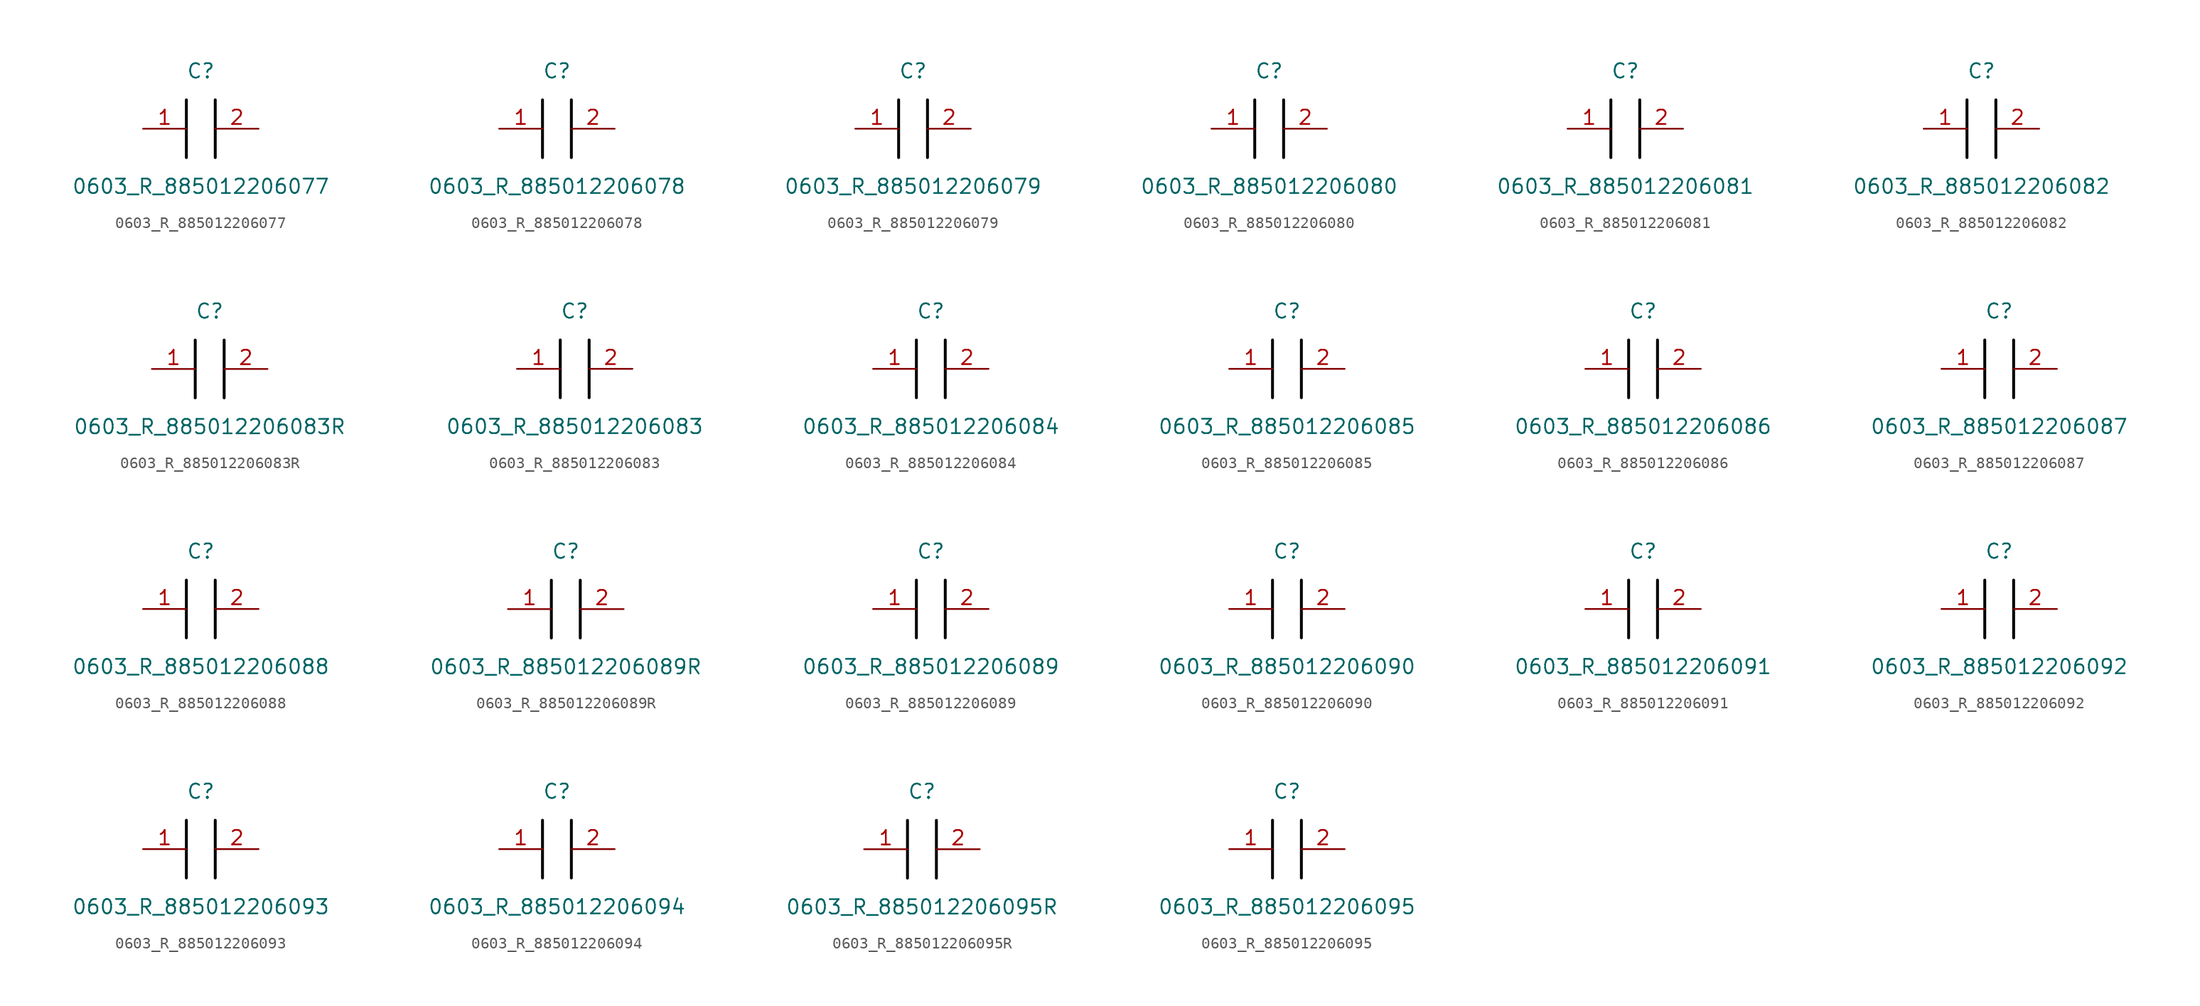
<source format=kicad_sym>
(kicad_symbol_lib
  (version 20220914)
  (generator kicad_symbol_editor)
  (symbol "0603_R_885012206077"
    (pin_names hide)
    (property "Reference" "C"
      (at 0 5.08 0)
      (effects (font (size 1.27 1.27))))
    (property "Value" "0603_R_885012206077"
      (at 0 -5.08 0)
      (effects (font (size 1.27 1.27))))
    (symbol "0603_R_885012206077_1_1"
      (polyline (pts (xy -1.27 2.54) (xy -1.27 -2.54)) (stroke (width 0.254) (type default) (color 0 0 0 1)) (fill (type none)))
      (polyline (pts (xy 1.27 2.54) (xy 1.27 -2.54)) (stroke (width 0.254) (type default) (color 0 0 0 1)) (fill (type none)))
      (pin passive line (at -5.08 0 0) (length 3.81) (name "1" (effects (font (size 1.27 1.27)))) (number "1" (effects (font (size 1.27 1.27)))))
      (pin passive line (at 5.08 0 180) (length 3.81) (name "2" (effects (font (size 1.27 1.27)))) (number "2" (effects (font (size 1.27 1.27)))))))
  (symbol "0603_R_885012206078"
    (pin_names hide)
    (property "Reference" "C"
      (at 0 5.08 0)
      (effects (font (size 1.27 1.27))))
    (property "Value" "0603_R_885012206078"
      (at 0 -5.08 0)
      (effects (font (size 1.27 1.27))))
    (symbol "0603_R_885012206078_1_1"
      (polyline (pts (xy -1.27 2.54) (xy -1.27 -2.54)) (stroke (width 0.254) (type default) (color 0 0 0 1)) (fill (type none)))
      (polyline (pts (xy 1.27 2.54) (xy 1.27 -2.54)) (stroke (width 0.254) (type default) (color 0 0 0 1)) (fill (type none)))
      (pin passive line (at -5.08 0 0) (length 3.81) (name "1" (effects (font (size 1.27 1.27)))) (number "1" (effects (font (size 1.27 1.27)))))
      (pin passive line (at 5.08 0 180) (length 3.81) (name "2" (effects (font (size 1.27 1.27)))) (number "2" (effects (font (size 1.27 1.27)))))))
  (symbol "0603_R_885012206079"
    (pin_names hide)
    (property "Reference" "C"
      (at 0 5.08 0)
      (effects (font (size 1.27 1.27))))
    (property "Value" "0603_R_885012206079"
      (at 0 -5.08 0)
      (effects (font (size 1.27 1.27))))
    (symbol "0603_R_885012206079_1_1"
      (polyline (pts (xy -1.27 2.54) (xy -1.27 -2.54)) (stroke (width 0.254) (type default) (color 0 0 0 1)) (fill (type none)))
      (polyline (pts (xy 1.27 2.54) (xy 1.27 -2.54)) (stroke (width 0.254) (type default) (color 0 0 0 1)) (fill (type none)))
      (pin passive line (at -5.08 0 0) (length 3.81) (name "1" (effects (font (size 1.27 1.27)))) (number "1" (effects (font (size 1.27 1.27)))))
      (pin passive line (at 5.08 0 180) (length 3.81) (name "2" (effects (font (size 1.27 1.27)))) (number "2" (effects (font (size 1.27 1.27)))))))
  (symbol "0603_R_885012206080"
    (pin_names hide)
    (property "Reference" "C"
      (at 0 5.08 0)
      (effects (font (size 1.27 1.27))))
    (property "Value" "0603_R_885012206080"
      (at 0 -5.08 0)
      (effects (font (size 1.27 1.27))))
    (symbol "0603_R_885012206080_1_1"
      (polyline (pts (xy -1.27 2.54) (xy -1.27 -2.54)) (stroke (width 0.254) (type default) (color 0 0 0 1)) (fill (type none)))
      (polyline (pts (xy 1.27 2.54) (xy 1.27 -2.54)) (stroke (width 0.254) (type default) (color 0 0 0 1)) (fill (type none)))
      (pin passive line (at -5.08 0 0) (length 3.81) (name "1" (effects (font (size 1.27 1.27)))) (number "1" (effects (font (size 1.27 1.27)))))
      (pin passive line (at 5.08 0 180) (length 3.81) (name "2" (effects (font (size 1.27 1.27)))) (number "2" (effects (font (size 1.27 1.27)))))))
  (symbol "0603_R_885012206081"
    (pin_names hide)
    (property "Reference" "C"
      (at 0 5.08 0)
      (effects (font (size 1.27 1.27))))
    (property "Value" "0603_R_885012206081"
      (at 0 -5.08 0)
      (effects (font (size 1.27 1.27))))
    (symbol "0603_R_885012206081_1_1"
      (polyline (pts (xy -1.27 2.54) (xy -1.27 -2.54)) (stroke (width 0.254) (type default) (color 0 0 0 1)) (fill (type none)))
      (polyline (pts (xy 1.27 2.54) (xy 1.27 -2.54)) (stroke (width 0.254) (type default) (color 0 0 0 1)) (fill (type none)))
      (pin passive line (at -5.08 0 0) (length 3.81) (name "1" (effects (font (size 1.27 1.27)))) (number "1" (effects (font (size 1.27 1.27)))))
      (pin passive line (at 5.08 0 180) (length 3.81) (name "2" (effects (font (size 1.27 1.27)))) (number "2" (effects (font (size 1.27 1.27)))))))
  (symbol "0603_R_885012206082"
    (pin_names hide)
    (property "Reference" "C"
      (at 0 5.08 0)
      (effects (font (size 1.27 1.27))))
    (property "Value" "0603_R_885012206082"
      (at 0 -5.08 0)
      (effects (font (size 1.27 1.27))))
    (symbol "0603_R_885012206082_1_1"
      (polyline (pts (xy -1.27 2.54) (xy -1.27 -2.54)) (stroke (width 0.254) (type default) (color 0 0 0 1)) (fill (type none)))
      (polyline (pts (xy 1.27 2.54) (xy 1.27 -2.54)) (stroke (width 0.254) (type default) (color 0 0 0 1)) (fill (type none)))
      (pin passive line (at -5.08 0 0) (length 3.81) (name "1" (effects (font (size 1.27 1.27)))) (number "1" (effects (font (size 1.27 1.27)))))
      (pin passive line (at 5.08 0 180) (length 3.81) (name "2" (effects (font (size 1.27 1.27)))) (number "2" (effects (font (size 1.27 1.27)))))))
  (symbol "0603_R_885012206083R"
    (pin_names hide)
    (property "Reference" "C"
      (at 0 5.08 0)
      (effects (font (size 1.27 1.27))))
    (property "Value" "0603_R_885012206083R"
      (at 0 -5.08 0)
      (effects (font (size 1.27 1.27))))
    (symbol "0603_R_885012206083R_1_1"
      (polyline (pts (xy -1.27 2.54) (xy -1.27 -2.54)) (stroke (width 0.254) (type default) (color 0 0 0 1)) (fill (type none)))
      (polyline (pts (xy 1.27 2.54) (xy 1.27 -2.54)) (stroke (width 0.254) (type default) (color 0 0 0 1)) (fill (type none)))
      (pin passive line (at -5.08 0 0) (length 3.81) (name "1" (effects (font (size 1.27 1.27)))) (number "1" (effects (font (size 1.27 1.27)))))
      (pin passive line (at 5.08 0 180) (length 3.81) (name "2" (effects (font (size 1.27 1.27)))) (number "2" (effects (font (size 1.27 1.27)))))))
  (symbol "0603_R_885012206083"
    (pin_names hide)
    (property "Reference" "C"
      (at 0 5.08 0)
      (effects (font (size 1.27 1.27))))
    (property "Value" "0603_R_885012206083"
      (at 0 -5.08 0)
      (effects (font (size 1.27 1.27))))
    (symbol "0603_R_885012206083_1_1"
      (polyline (pts (xy -1.27 2.54) (xy -1.27 -2.54)) (stroke (width 0.254) (type default) (color 0 0 0 1)) (fill (type none)))
      (polyline (pts (xy 1.27 2.54) (xy 1.27 -2.54)) (stroke (width 0.254) (type default) (color 0 0 0 1)) (fill (type none)))
      (pin passive line (at -5.08 0 0) (length 3.81) (name "1" (effects (font (size 1.27 1.27)))) (number "1" (effects (font (size 1.27 1.27)))))
      (pin passive line (at 5.08 0 180) (length 3.81) (name "2" (effects (font (size 1.27 1.27)))) (number "2" (effects (font (size 1.27 1.27)))))))
  (symbol "0603_R_885012206084"
    (pin_names hide)
    (property "Reference" "C"
      (at 0 5.08 0)
      (effects (font (size 1.27 1.27))))
    (property "Value" "0603_R_885012206084"
      (at 0 -5.08 0)
      (effects (font (size 1.27 1.27))))
    (symbol "0603_R_885012206084_1_1"
      (polyline (pts (xy -1.27 2.54) (xy -1.27 -2.54)) (stroke (width 0.254) (type default) (color 0 0 0 1)) (fill (type none)))
      (polyline (pts (xy 1.27 2.54) (xy 1.27 -2.54)) (stroke (width 0.254) (type default) (color 0 0 0 1)) (fill (type none)))
      (pin passive line (at -5.08 0 0) (length 3.81) (name "1" (effects (font (size 1.27 1.27)))) (number "1" (effects (font (size 1.27 1.27)))))
      (pin passive line (at 5.08 0 180) (length 3.81) (name "2" (effects (font (size 1.27 1.27)))) (number "2" (effects (font (size 1.27 1.27)))))))
  (symbol "0603_R_885012206085"
    (pin_names hide)
    (property "Reference" "C"
      (at 0 5.08 0)
      (effects (font (size 1.27 1.27))))
    (property "Value" "0603_R_885012206085"
      (at 0 -5.08 0)
      (effects (font (size 1.27 1.27))))
    (symbol "0603_R_885012206085_1_1"
      (polyline (pts (xy -1.27 2.54) (xy -1.27 -2.54)) (stroke (width 0.254) (type default) (color 0 0 0 1)) (fill (type none)))
      (polyline (pts (xy 1.27 2.54) (xy 1.27 -2.54)) (stroke (width 0.254) (type default) (color 0 0 0 1)) (fill (type none)))
      (pin passive line (at -5.08 0 0) (length 3.81) (name "1" (effects (font (size 1.27 1.27)))) (number "1" (effects (font (size 1.27 1.27)))))
      (pin passive line (at 5.08 0 180) (length 3.81) (name "2" (effects (font (size 1.27 1.27)))) (number "2" (effects (font (size 1.27 1.27)))))))
  (symbol "0603_R_885012206086"
    (pin_names hide)
    (property "Reference" "C"
      (at 0 5.08 0)
      (effects (font (size 1.27 1.27))))
    (property "Value" "0603_R_885012206086"
      (at 0 -5.08 0)
      (effects (font (size 1.27 1.27))))
    (symbol "0603_R_885012206086_1_1"
      (polyline (pts (xy -1.27 2.54) (xy -1.27 -2.54)) (stroke (width 0.254) (type default) (color 0 0 0 1)) (fill (type none)))
      (polyline (pts (xy 1.27 2.54) (xy 1.27 -2.54)) (stroke (width 0.254) (type default) (color 0 0 0 1)) (fill (type none)))
      (pin passive line (at -5.08 0 0) (length 3.81) (name "1" (effects (font (size 1.27 1.27)))) (number "1" (effects (font (size 1.27 1.27)))))
      (pin passive line (at 5.08 0 180) (length 3.81) (name "2" (effects (font (size 1.27 1.27)))) (number "2" (effects (font (size 1.27 1.27)))))))
  (symbol "0603_R_885012206087"
    (pin_names hide)
    (property "Reference" "C"
      (at 0 5.08 0)
      (effects (font (size 1.27 1.27))))
    (property "Value" "0603_R_885012206087"
      (at 0 -5.08 0)
      (effects (font (size 1.27 1.27))))
    (symbol "0603_R_885012206087_1_1"
      (polyline (pts (xy -1.27 2.54) (xy -1.27 -2.54)) (stroke (width 0.254) (type default) (color 0 0 0 1)) (fill (type none)))
      (polyline (pts (xy 1.27 2.54) (xy 1.27 -2.54)) (stroke (width 0.254) (type default) (color 0 0 0 1)) (fill (type none)))
      (pin passive line (at -5.08 0 0) (length 3.81) (name "1" (effects (font (size 1.27 1.27)))) (number "1" (effects (font (size 1.27 1.27)))))
      (pin passive line (at 5.08 0 180) (length 3.81) (name "2" (effects (font (size 1.27 1.27)))) (number "2" (effects (font (size 1.27 1.27)))))))
  (symbol "0603_R_885012206088"
    (pin_names hide)
    (property "Reference" "C"
      (at 0 5.08 0)
      (effects (font (size 1.27 1.27))))
    (property "Value" "0603_R_885012206088"
      (at 0 -5.08 0)
      (effects (font (size 1.27 1.27))))
    (symbol "0603_R_885012206088_1_1"
      (polyline (pts (xy -1.27 2.54) (xy -1.27 -2.54)) (stroke (width 0.254) (type default) (color 0 0 0 1)) (fill (type none)))
      (polyline (pts (xy 1.27 2.54) (xy 1.27 -2.54)) (stroke (width 0.254) (type default) (color 0 0 0 1)) (fill (type none)))
      (pin passive line (at -5.08 0 0) (length 3.81) (name "1" (effects (font (size 1.27 1.27)))) (number "1" (effects (font (size 1.27 1.27)))))
      (pin passive line (at 5.08 0 180) (length 3.81) (name "2" (effects (font (size 1.27 1.27)))) (number "2" (effects (font (size 1.27 1.27)))))))
  (symbol "0603_R_885012206089R"
    (pin_names hide)
    (property "Reference" "C"
      (at 0 5.08 0)
      (effects (font (size 1.27 1.27))))
    (property "Value" "0603_R_885012206089R"
      (at 0 -5.08 0)
      (effects (font (size 1.27 1.27))))
    (symbol "0603_R_885012206089R_1_1"
      (polyline (pts (xy -1.27 2.54) (xy -1.27 -2.54)) (stroke (width 0.254) (type default) (color 0 0 0 1)) (fill (type none)))
      (polyline (pts (xy 1.27 2.54) (xy 1.27 -2.54)) (stroke (width 0.254) (type default) (color 0 0 0 1)) (fill (type none)))
      (pin passive line (at -5.08 0 0) (length 3.81) (name "1" (effects (font (size 1.27 1.27)))) (number "1" (effects (font (size 1.27 1.27)))))
      (pin passive line (at 5.08 0 180) (length 3.81) (name "2" (effects (font (size 1.27 1.27)))) (number "2" (effects (font (size 1.27 1.27)))))))
  (symbol "0603_R_885012206089"
    (pin_names hide)
    (property "Reference" "C"
      (at 0 5.08 0)
      (effects (font (size 1.27 1.27))))
    (property "Value" "0603_R_885012206089"
      (at 0 -5.08 0)
      (effects (font (size 1.27 1.27))))
    (symbol "0603_R_885012206089_1_1"
      (polyline (pts (xy -1.27 2.54) (xy -1.27 -2.54)) (stroke (width 0.254) (type default) (color 0 0 0 1)) (fill (type none)))
      (polyline (pts (xy 1.27 2.54) (xy 1.27 -2.54)) (stroke (width 0.254) (type default) (color 0 0 0 1)) (fill (type none)))
      (pin passive line (at -5.08 0 0) (length 3.81) (name "1" (effects (font (size 1.27 1.27)))) (number "1" (effects (font (size 1.27 1.27)))))
      (pin passive line (at 5.08 0 180) (length 3.81) (name "2" (effects (font (size 1.27 1.27)))) (number "2" (effects (font (size 1.27 1.27)))))))
  (symbol "0603_R_885012206090"
    (pin_names hide)
    (property "Reference" "C"
      (at 0 5.08 0)
      (effects (font (size 1.27 1.27))))
    (property "Value" "0603_R_885012206090"
      (at 0 -5.08 0)
      (effects (font (size 1.27 1.27))))
    (symbol "0603_R_885012206090_1_1"
      (polyline (pts (xy -1.27 2.54) (xy -1.27 -2.54)) (stroke (width 0.254) (type default) (color 0 0 0 1)) (fill (type none)))
      (polyline (pts (xy 1.27 2.54) (xy 1.27 -2.54)) (stroke (width 0.254) (type default) (color 0 0 0 1)) (fill (type none)))
      (pin passive line (at -5.08 0 0) (length 3.81) (name "1" (effects (font (size 1.27 1.27)))) (number "1" (effects (font (size 1.27 1.27)))))
      (pin passive line (at 5.08 0 180) (length 3.81) (name "2" (effects (font (size 1.27 1.27)))) (number "2" (effects (font (size 1.27 1.27)))))))
  (symbol "0603_R_885012206091"
    (pin_names hide)
    (property "Reference" "C"
      (at 0 5.08 0)
      (effects (font (size 1.27 1.27))))
    (property "Value" "0603_R_885012206091"
      (at 0 -5.08 0)
      (effects (font (size 1.27 1.27))))
    (symbol "0603_R_885012206091_1_1"
      (polyline (pts (xy -1.27 2.54) (xy -1.27 -2.54)) (stroke (width 0.254) (type default) (color 0 0 0 1)) (fill (type none)))
      (polyline (pts (xy 1.27 2.54) (xy 1.27 -2.54)) (stroke (width 0.254) (type default) (color 0 0 0 1)) (fill (type none)))
      (pin passive line (at -5.08 0 0) (length 3.81) (name "1" (effects (font (size 1.27 1.27)))) (number "1" (effects (font (size 1.27 1.27)))))
      (pin passive line (at 5.08 0 180) (length 3.81) (name "2" (effects (font (size 1.27 1.27)))) (number "2" (effects (font (size 1.27 1.27)))))))
  (symbol "0603_R_885012206092"
    (pin_names hide)
    (property "Reference" "C"
      (at 0 5.08 0)
      (effects (font (size 1.27 1.27))))
    (property "Value" "0603_R_885012206092"
      (at 0 -5.08 0)
      (effects (font (size 1.27 1.27))))
    (symbol "0603_R_885012206092_1_1"
      (polyline (pts (xy -1.27 2.54) (xy -1.27 -2.54)) (stroke (width 0.254) (type default) (color 0 0 0 1)) (fill (type none)))
      (polyline (pts (xy 1.27 2.54) (xy 1.27 -2.54)) (stroke (width 0.254) (type default) (color 0 0 0 1)) (fill (type none)))
      (pin passive line (at -5.08 0 0) (length 3.81) (name "1" (effects (font (size 1.27 1.27)))) (number "1" (effects (font (size 1.27 1.27)))))
      (pin passive line (at 5.08 0 180) (length 3.81) (name "2" (effects (font (size 1.27 1.27)))) (number "2" (effects (font (size 1.27 1.27)))))))
  (symbol "0603_R_885012206093"
    (pin_names hide)
    (property "Reference" "C"
      (at 0 5.08 0)
      (effects (font (size 1.27 1.27))))
    (property "Value" "0603_R_885012206093"
      (at 0 -5.08 0)
      (effects (font (size 1.27 1.27))))
    (symbol "0603_R_885012206093_1_1"
      (polyline (pts (xy -1.27 2.54) (xy -1.27 -2.54)) (stroke (width 0.254) (type default) (color 0 0 0 1)) (fill (type none)))
      (polyline (pts (xy 1.27 2.54) (xy 1.27 -2.54)) (stroke (width 0.254) (type default) (color 0 0 0 1)) (fill (type none)))
      (pin passive line (at -5.08 0 0) (length 3.81) (name "1" (effects (font (size 1.27 1.27)))) (number "1" (effects (font (size 1.27 1.27)))))
      (pin passive line (at 5.08 0 180) (length 3.81) (name "2" (effects (font (size 1.27 1.27)))) (number "2" (effects (font (size 1.27 1.27)))))))
  (symbol "0603_R_885012206094"
    (pin_names hide)
    (property "Reference" "C"
      (at 0 5.08 0)
      (effects (font (size 1.27 1.27))))
    (property "Value" "0603_R_885012206094"
      (at 0 -5.08 0)
      (effects (font (size 1.27 1.27))))
    (symbol "0603_R_885012206094_1_1"
      (polyline (pts (xy -1.27 2.54) (xy -1.27 -2.54)) (stroke (width 0.254) (type default) (color 0 0 0 1)) (fill (type none)))
      (polyline (pts (xy 1.27 2.54) (xy 1.27 -2.54)) (stroke (width 0.254) (type default) (color 0 0 0 1)) (fill (type none)))
      (pin passive line (at -5.08 0 0) (length 3.81) (name "1" (effects (font (size 1.27 1.27)))) (number "1" (effects (font (size 1.27 1.27)))))
      (pin passive line (at 5.08 0 180) (length 3.81) (name "2" (effects (font (size 1.27 1.27)))) (number "2" (effects (font (size 1.27 1.27)))))))
  (symbol "0603_R_885012206095R"
    (pin_names hide)
    (property "Reference" "C"
      (at 0 5.08 0)
      (effects (font (size 1.27 1.27))))
    (property "Value" "0603_R_885012206095R"
      (at 0 -5.08 0)
      (effects (font (size 1.27 1.27))))
    (symbol "0603_R_885012206095R_1_1"
      (polyline (pts (xy -1.27 2.54) (xy -1.27 -2.54)) (stroke (width 0.254) (type default) (color 0 0 0 1)) (fill (type none)))
      (polyline (pts (xy 1.27 2.54) (xy 1.27 -2.54)) (stroke (width 0.254) (type default) (color 0 0 0 1)) (fill (type none)))
      (pin passive line (at -5.08 0 0) (length 3.81) (name "1" (effects (font (size 1.27 1.27)))) (number "1" (effects (font (size 1.27 1.27)))))
      (pin passive line (at 5.08 0 180) (length 3.81) (name "2" (effects (font (size 1.27 1.27)))) (number "2" (effects (font (size 1.27 1.27)))))))
  (symbol "0603_R_885012206095"
    (pin_names hide)
    (property "Reference" "C"
      (at 0 5.08 0)
      (effects (font (size 1.27 1.27))))
    (property "Value" "0603_R_885012206095"
      (at 0 -5.08 0)
      (effects (font (size 1.27 1.27))))
    (symbol "0603_R_885012206095_1_1"
      (polyline (pts (xy -1.27 2.54) (xy -1.27 -2.54)) (stroke (width 0.254) (type default) (color 0 0 0 1)) (fill (type none)))
      (polyline (pts (xy 1.27 2.54) (xy 1.27 -2.54)) (stroke (width 0.254) (type default) (color 0 0 0 1)) (fill (type none)))
      (pin passive line (at -5.08 0 0) (length 3.81) (name "1" (effects (font (size 1.27 1.27)))) (number "1" (effects (font (size 1.27 1.27)))))
      (pin passive line (at 5.08 0 180) (length 3.81) (name "2" (effects (font (size 1.27 1.27)))) (number "2" (effects (font (size 1.27 1.27))))))))
</source>
